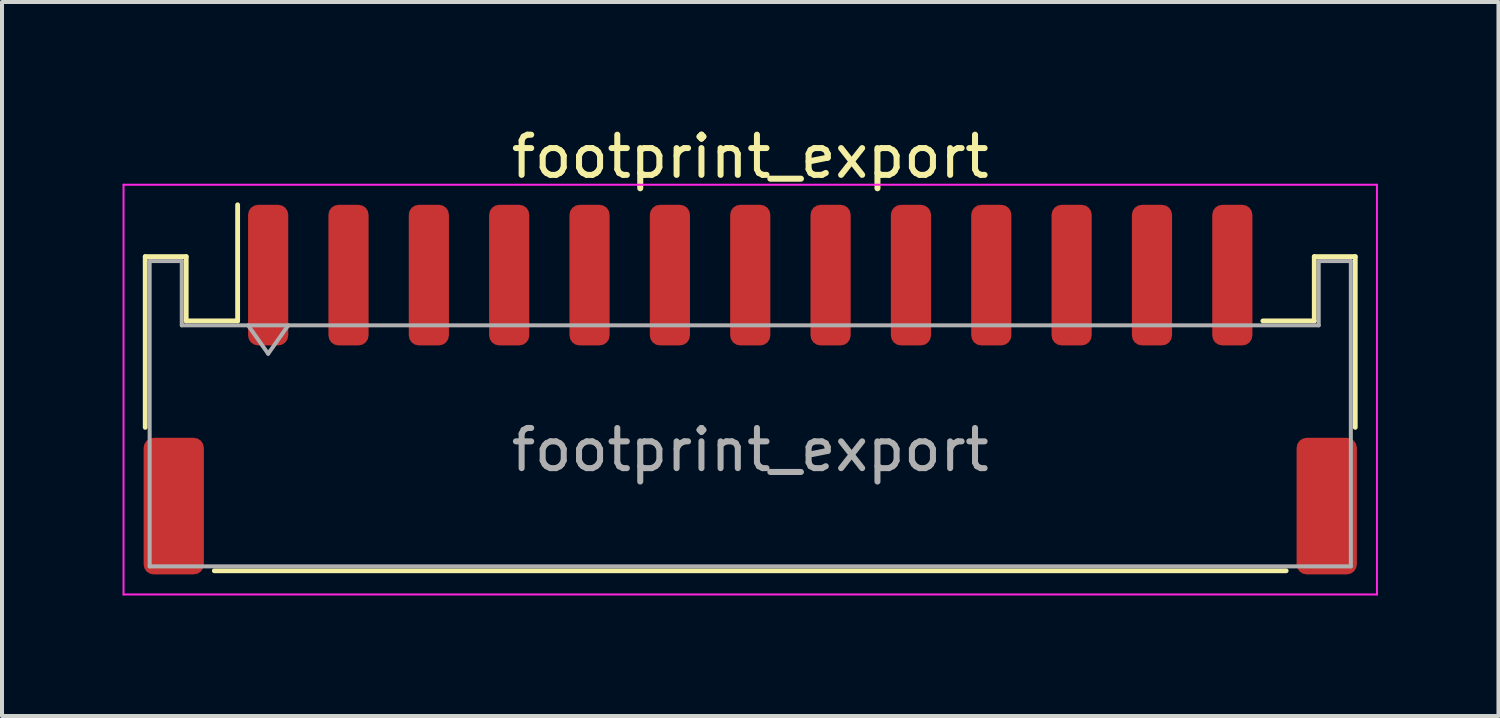
<source format=kicad_pcb>
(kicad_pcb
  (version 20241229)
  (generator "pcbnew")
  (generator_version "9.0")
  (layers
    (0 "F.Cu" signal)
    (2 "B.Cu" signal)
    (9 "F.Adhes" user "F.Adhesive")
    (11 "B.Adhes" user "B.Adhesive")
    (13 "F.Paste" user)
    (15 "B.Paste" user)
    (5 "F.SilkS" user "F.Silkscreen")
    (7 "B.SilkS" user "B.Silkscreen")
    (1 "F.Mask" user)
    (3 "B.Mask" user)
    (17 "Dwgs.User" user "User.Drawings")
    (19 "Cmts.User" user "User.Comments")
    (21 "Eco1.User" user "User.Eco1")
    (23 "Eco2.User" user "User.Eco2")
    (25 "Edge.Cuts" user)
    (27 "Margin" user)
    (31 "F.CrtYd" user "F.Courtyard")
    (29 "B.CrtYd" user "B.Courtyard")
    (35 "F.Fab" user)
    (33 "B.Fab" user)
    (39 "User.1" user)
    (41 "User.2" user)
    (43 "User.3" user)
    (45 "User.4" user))
  (footprint "footprint_export"
    (layer "F.Cu")
    (at 15.625 6.648)
    (property "Reference" "footprint_export" (at 0 -5.8 0) (layer "F.SilkS") (effects (font (size 1 1) (thickness 0.15))))
    (attr smd)
    (fp_line (start -15.06 -3.31) (end -14.04 -3.31) (stroke (width 0.12) (type solid)) (layer "F.SilkS"))
    (fp_line (start -15.06 0.94) (end -15.06 -3.31) (stroke (width 0.12) (type solid)) (layer "F.SilkS"))
    (fp_line (start -14.04 -3.31) (end -14.04 -1.71) (stroke (width 0.12) (type solid)) (layer "F.SilkS"))
    (fp_line (start -14.04 -1.71) (end -12.76 -1.71) (stroke (width 0.12) (type solid)) (layer "F.SilkS"))
    (fp_line (start -13.34 4.51) (end 13.34 4.51) (stroke (width 0.12) (type solid)) (layer "F.SilkS"))
    (fp_line (start -12.76 -1.71) (end -12.76 -4.6) (stroke (width 0.12) (type solid)) (layer "F.SilkS"))
    (fp_line (start 14.04 -3.31) (end 14.04 -1.71) (stroke (width 0.12) (type solid)) (layer "F.SilkS"))
    (fp_line (start 14.04 -1.71) (end 12.76 -1.71) (stroke (width 0.12) (type solid)) (layer "F.SilkS"))
    (fp_line (start 15.06 -3.31) (end 14.04 -3.31) (stroke (width 0.12) (type solid)) (layer "F.SilkS"))
    (fp_line (start 15.06 0.94) (end 15.06 -3.31) (stroke (width 0.12) (type solid)) (layer "F.SilkS"))
    (fp_line (start -15.6 -5.1) (end -15.6 5.1) (stroke (width 0.05) (type solid)) (layer "F.CrtYd"))
    (fp_line (start -15.6 5.1) (end 15.6 5.1) (stroke (width 0.05) (type solid)) (layer "F.CrtYd"))
    (fp_line (start 15.6 -5.1) (end -15.6 -5.1) (stroke (width 0.05) (type solid)) (layer "F.CrtYd"))
    (fp_line (start 15.6 5.1) (end 15.6 -5.1) (stroke (width 0.05) (type solid)) (layer "F.CrtYd"))
    (fp_line (start -14.95 -3.2) (end -14.95 4.4) (stroke (width 0.1) (type solid)) (layer "F.Fab"))
    (fp_line (start -14.95 -3.2) (end -14.15 -3.2) (stroke (width 0.1) (type solid)) (layer "F.Fab"))
    (fp_line (start -14.95 4.4) (end 14.95 4.4) (stroke (width 0.1) (type solid)) (layer "F.Fab"))
    (fp_line (start -14.15 -3.2) (end -14.15 -1.6) (stroke (width 0.1) (type solid)) (layer "F.Fab"))
    (fp_line (start -14.15 -1.6) (end 14.15 -1.6) (stroke (width 0.1) (type solid)) (layer "F.Fab"))
    (fp_line (start -12.5 -1.6) (end -12 -0.893) (stroke (width 0.1) (type solid)) (layer "F.Fab"))
    (fp_line (start -12 -0.893) (end -11.5 -1.6) (stroke (width 0.1) (type solid)) (layer "F.Fab"))
    (fp_line (start 14.15 -3.2) (end 14.95 -3.2) (stroke (width 0.1) (type solid)) (layer "F.Fab"))
    (fp_line (start 14.15 -1.6) (end 14.15 -3.2) (stroke (width 0.1) (type solid)) (layer "F.Fab"))
    (fp_line (start 14.95 -3.2) (end 14.95 4.4) (stroke (width 0.1) (type solid)) (layer "F.Fab"))
    (fp_text user "${REFERENCE}" (at 0 1.5 0) (layer "F.Fab") (effects (font (size 1 1) (thickness 0.15))))
    (pad "1" smd roundrect (at -12 -2.85) (size 1 3.5) (layers "F.Cu" "F.Mask" "F.Paste") (roundrect_rratio 0.25))
    (pad "2" smd roundrect (at -10 -2.85) (size 1 3.5) (layers "F.Cu" "F.Mask" "F.Paste") (roundrect_rratio 0.25))
    (pad "3" smd roundrect (at -8 -2.85) (size 1 3.5) (layers "F.Cu" "F.Mask" "F.Paste") (roundrect_rratio 0.25))
    (pad "4" smd roundrect (at -6 -2.85) (size 1 3.5) (layers "F.Cu" "F.Mask" "F.Paste") (roundrect_rratio 0.25))
    (pad "5" smd roundrect (at -4 -2.85) (size 1 3.5) (layers "F.Cu" "F.Mask" "F.Paste") (roundrect_rratio 0.25))
    (pad "6" smd roundrect (at -2 -2.85) (size 1 3.5) (layers "F.Cu" "F.Mask" "F.Paste") (roundrect_rratio 0.25))
    (pad "7" smd roundrect (at 0 -2.85) (size 1 3.5) (layers "F.Cu" "F.Mask" "F.Paste") (roundrect_rratio 0.25))
    (pad "8" smd roundrect (at 2 -2.85) (size 1 3.5) (layers "F.Cu" "F.Mask" "F.Paste") (roundrect_rratio 0.25))
    (pad "9" smd roundrect (at 4 -2.85) (size 1 3.5) (layers "F.Cu" "F.Mask" "F.Paste") (roundrect_rratio 0.25))
    (pad "10" smd roundrect (at 6 -2.85) (size 1 3.5) (layers "F.Cu" "F.Mask" "F.Paste") (roundrect_rratio 0.25))
    (pad "11" smd roundrect (at 8 -2.85) (size 1 3.5) (layers "F.Cu" "F.Mask" "F.Paste") (roundrect_rratio 0.25))
    (pad "12" smd roundrect (at 10 -2.85) (size 1 3.5) (layers "F.Cu" "F.Mask" "F.Paste") (roundrect_rratio 0.25))
    (pad "13" smd roundrect (at 12 -2.85) (size 1 3.5) (layers "F.Cu" "F.Mask" "F.Paste") (roundrect_rratio 0.25))
    (pad "MP" smd roundrect (at -14.35 2.9) (size 1.5 3.4) (layers "F.Cu" "F.Mask" "F.Paste") (roundrect_rratio 0.167))
    (pad "MP" smd roundrect (at 14.35 2.9) (size 1.5 3.4) (layers "F.Cu" "F.Mask" "F.Paste") (roundrect_rratio 0.167)))
  (gr_rect
    (start -3 -3)
    (end 34.25 14.773)
    (stroke (width 0.1) (type default))
    (fill no)
    (layer "Edge.Cuts")))
</source>
